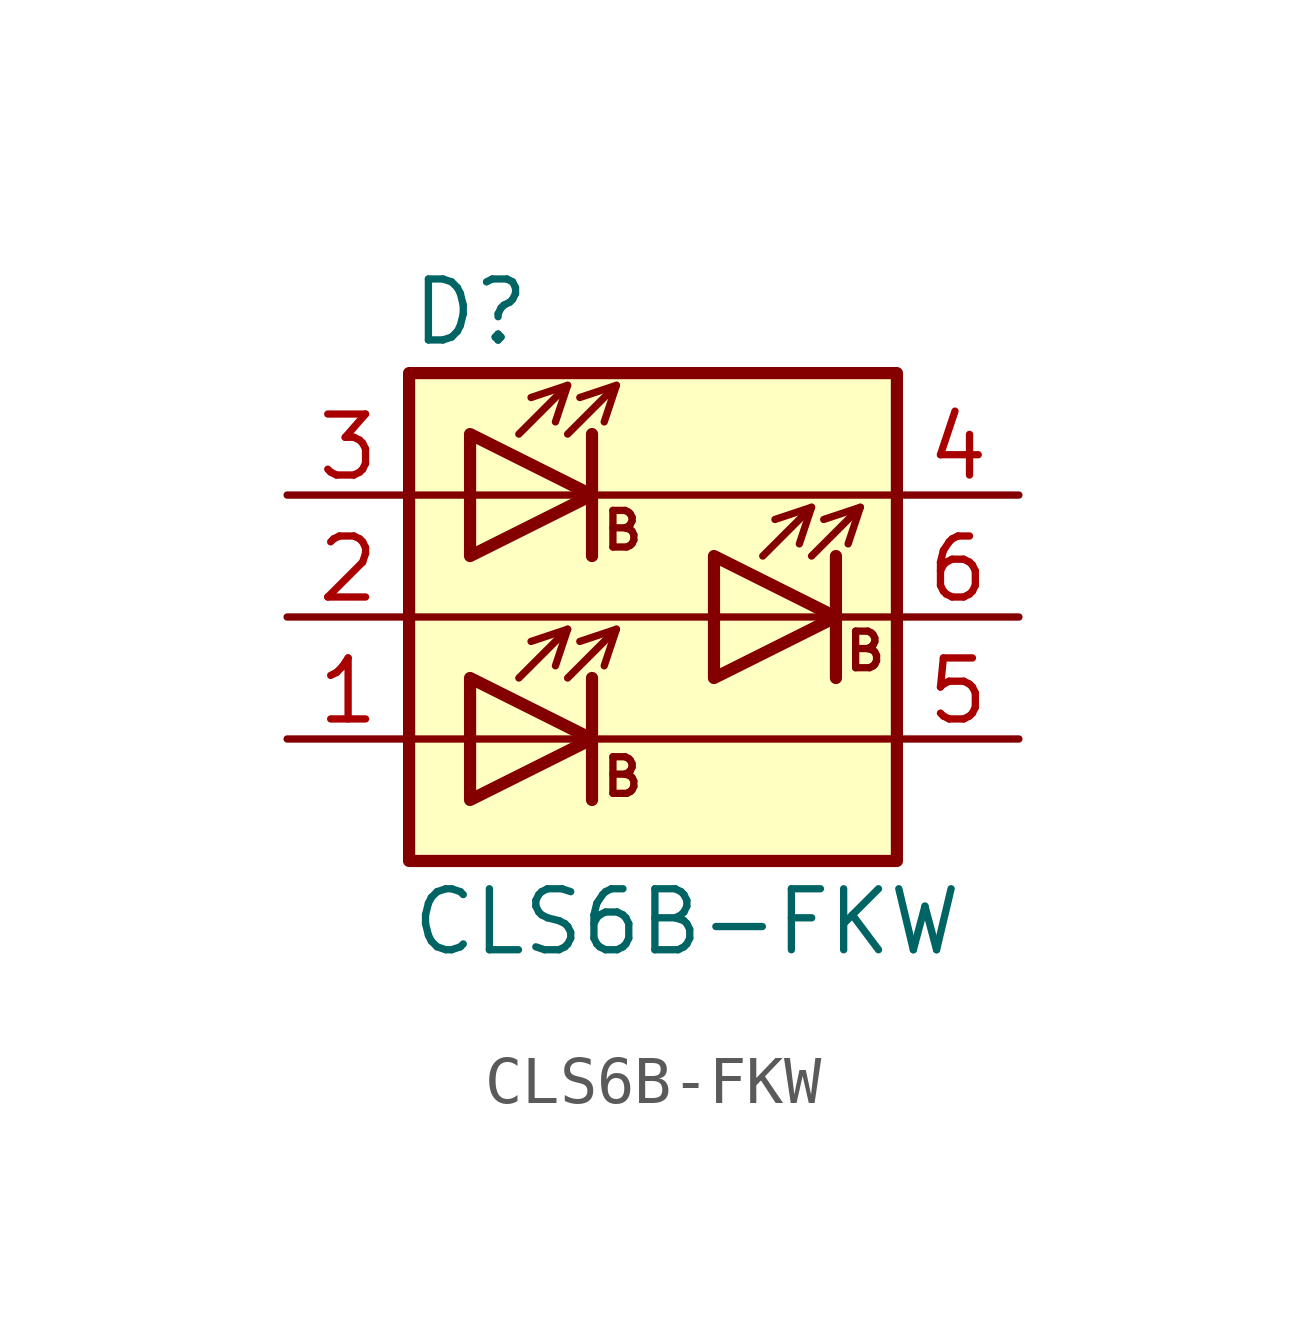
<source format=kicad_sym>
(kicad_symbol_lib
  (version 20231120)
  (generator "kicad_symbol_editor")
  (generator_version "8.0")
  (symbol "CLS6B-FKW"
    (pin_names hide)
    (property "Reference" "D"
      (at -5.08 6.35 0)
      (effects (font (size 1.27 1.27)) (justify left)))
    (property "Value" "CLS6B-FKW"
      (at -5.08 -6.35 0)
      (effects (font (size 1.27 1.27)) (justify left)))
    (symbol "CLS6B-FKW_0_0"
      (text "B" (at -0.635 -3.327 0) (effects (font (size 0.762 0.762)))))
    (symbol "CLS6B-FKW_0_1"
      (rectangle (start -5.08 5.08) (end 5.08 -5.08) (stroke (width 0.254) (type default)) (fill (type background)))
      (polyline (pts (xy -5.08 -2.54) (xy 5.08 -2.54)) (stroke (width 0) (type default)) (fill (type none)))
      (polyline (pts (xy -5.08 0) (xy 5.08 0)) (stroke (width 0) (type default)) (fill (type none)))
      (polyline (pts (xy -5.08 2.54) (xy 5.08 2.54)) (stroke (width 0) (type default)) (fill (type none)))
      (polyline (pts (xy -2.794 -1.27) (xy -1.778 -0.254)) (stroke (width 0) (type default)) (fill (type none)))
      (polyline (pts (xy -2.794 3.81) (xy -1.778 4.826)) (stroke (width 0) (type default)) (fill (type none)))
      (polyline (pts (xy -1.778 -1.27) (xy -0.762 -0.254)) (stroke (width 0) (type default)) (fill (type none)))
      (polyline (pts (xy -1.778 3.81) (xy -0.762 4.826)) (stroke (width 0) (type default)) (fill (type none)))
      (polyline (pts (xy -1.27 -1.27) (xy -1.27 -3.81)) (stroke (width 0.254) (type default)) (fill (type none)))
      (polyline (pts (xy -1.27 3.81) (xy -1.27 1.27)) (stroke (width 0.254) (type default)) (fill (type none)))
      (polyline (pts (xy 2.286 1.27) (xy 3.302 2.286)) (stroke (width 0) (type default)) (fill (type none)))
      (polyline (pts (xy 3.302 1.27) (xy 4.318 2.286)) (stroke (width 0) (type default)) (fill (type none)))
      (polyline (pts (xy 3.81 1.27) (xy 3.81 -1.27)) (stroke (width 0.254) (type default)) (fill (type none)))
      (polyline (pts (xy -2.54 4.572) (xy -1.778 4.826) (xy -2.032 4.064)) (stroke (width 0) (type default)) (fill (type none)))
      (polyline (pts (xy -2.032 -1.016) (xy -1.778 -0.254) (xy -2.54 -0.508)) (stroke (width 0) (type default)) (fill (type none)))
      (polyline (pts (xy -1.524 -0.508) (xy -0.762 -0.254) (xy -1.016 -1.016)) (stroke (width 0) (type default)) (fill (type none)))
      (polyline (pts (xy -1.524 4.572) (xy -0.762 4.826) (xy -1.016 4.064)) (stroke (width 0) (type default)) (fill (type none)))
      (polyline (pts (xy 3.048 1.524) (xy 3.302 2.286) (xy 2.54 2.032)) (stroke (width 0) (type default)) (fill (type none)))
      (polyline (pts (xy 3.556 2.032) (xy 4.318 2.286) (xy 4.064 1.524)) (stroke (width 0) (type default)) (fill (type none)))
      (polyline (pts (xy -3.81 -1.27) (xy -3.81 -3.81) (xy -1.27 -2.54) (xy -3.81 -1.27)) (stroke (width 0.254) (type default)) (fill (type none)))
      (polyline (pts (xy -3.81 3.81) (xy -3.81 1.27) (xy -1.27 2.54) (xy -3.81 3.81)) (stroke (width 0.254) (type default)) (fill (type none)))
      (polyline (pts (xy 1.27 1.27) (xy 1.27 -1.27) (xy 3.81 0) (xy 1.27 1.27)) (stroke (width 0.254) (type default)) (fill (type none))))
    (symbol "CLS6B-FKW_1_0"
      (text "B" (at -0.635 1.803 0) (effects (font (size 0.762 0.762))))
      (text "B" (at 4.42 -0.711 0) (effects (font (size 0.762 0.762)))))
    (symbol "CLS6B-FKW_1_1"
      (pin passive line (at -7.62 -2.54 0) (length 2.54) (name "AB" (effects (font (size 1.27 1.27)))) (number "1" (effects (font (size 1.27 1.27)))))
      (pin passive line (at -7.62 0 0) (length 2.54) (name "KB" (effects (font (size 1.27 1.27)))) (number "2" (effects (font (size 1.27 1.27)))))
      (pin passive line (at -7.62 2.54 0) (length 2.54) (name "AR" (effects (font (size 1.27 1.27)))) (number "3" (effects (font (size 1.27 1.27)))))
      (pin passive line (at 7.62 2.54 180) (length 2.54) (name "KR" (effects (font (size 1.27 1.27)))) (number "4" (effects (font (size 1.27 1.27)))))
      (pin passive line (at 7.62 -2.54 180) (length 2.54) (name "AG" (effects (font (size 1.27 1.27)))) (number "5" (effects (font (size 1.27 1.27)))))
      (pin passive line (at 7.62 0 180) (length 2.54) (name "KR" (effects (font (size 1.27 1.27)))) (number "6" (effects (font (size 1.27 1.27))))))))
</source>
